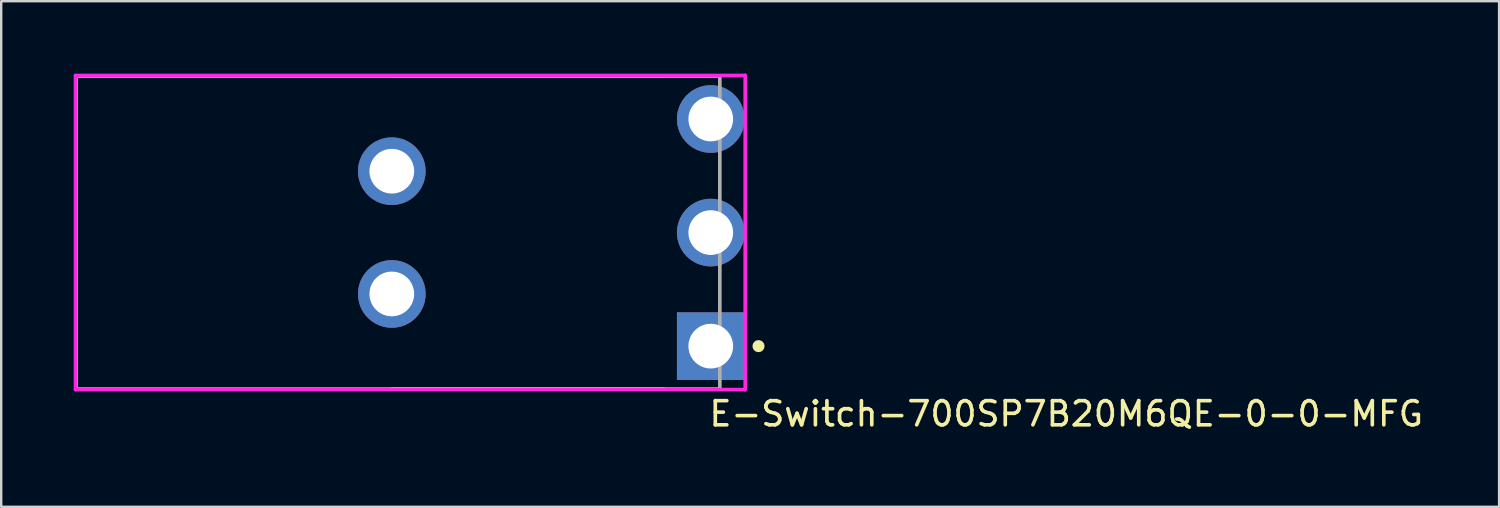
<source format=kicad_pcb>
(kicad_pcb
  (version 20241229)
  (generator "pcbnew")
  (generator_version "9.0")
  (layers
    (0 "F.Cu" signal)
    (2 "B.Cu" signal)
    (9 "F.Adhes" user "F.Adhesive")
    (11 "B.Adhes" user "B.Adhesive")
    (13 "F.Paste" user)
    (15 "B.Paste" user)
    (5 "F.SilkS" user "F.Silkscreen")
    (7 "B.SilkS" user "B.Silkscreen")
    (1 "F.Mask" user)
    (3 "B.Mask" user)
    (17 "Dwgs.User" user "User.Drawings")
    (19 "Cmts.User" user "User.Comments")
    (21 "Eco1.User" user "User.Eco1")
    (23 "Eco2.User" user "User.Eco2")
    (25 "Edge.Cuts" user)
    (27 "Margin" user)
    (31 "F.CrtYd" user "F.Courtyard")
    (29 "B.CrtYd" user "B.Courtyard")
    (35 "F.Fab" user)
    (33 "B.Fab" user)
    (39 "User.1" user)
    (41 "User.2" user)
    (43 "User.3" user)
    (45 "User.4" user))
  (footprint "E-Switch-700SP7B20M6QE-0-0-MFG"
    (layer "F.Cu")
    (at 13.42 6.575)
    (property "Reference" "E-Switch-700SP7B20M6QE-0-0-MFG" (at 12.796 7.501 180) (layer "F.SilkS") (effects (font (size 1 1) (thickness 0.15)) (justify left)))
    (attr through_hole)
    (fp_line (start -0.255 6.475) (end 11 6.475) (stroke (width 0.15) (type solid)) (layer "F.SilkS"))
    (fp_line (start -0.255 -6.475) (end 11 -6.475) (stroke (width 0.15) (type solid)) (layer "F.SilkS"))
    (fp_circle (center 14.921 4.7) (end 15.046 4.7) (stroke (width 0.25) (type solid)) (fill no) (layer "F.SilkS"))
    (fp_line (start -13.345 -6.5) (end -13.345 6.5) (stroke (width 0.15) (type solid)) (layer "F.CrtYd"))
    (fp_line (start -13.345 6.5) (end 14.37 6.5) (stroke (width 0.15) (type solid)) (layer "F.CrtYd"))
    (fp_line (start 14.37 -6.5) (end -13.345 -6.5) (stroke (width 0.15) (type solid)) (layer "F.CrtYd"))
    (fp_line (start 14.37 -6.5) (end 14.37 -6.5) (stroke (width 0.15) (type solid)) (layer "F.CrtYd"))
    (fp_line (start 14.37 6.5) (end 14.37 -6.5) (stroke (width 0.15) (type solid)) (layer "F.CrtYd"))
    (fp_line (start -13.32 -6.475) (end 13.32 -6.475) (stroke (width 0.152) (type solid)) (layer "F.Fab"))
    (fp_line (start -13.32 6.475) (end -13.32 -6.475) (stroke (width 0.152) (type solid)) (layer "F.Fab"))
    (fp_line (start 13.32 -6.475) (end 13.32 6.475) (stroke (width 0.152) (type solid)) (layer "F.Fab"))
    (fp_line (start 13.32 6.475) (end -13.32 6.475) (stroke (width 0.152) (type solid)) (layer "F.Fab"))
    (pad "1" thru_hole rect (at 12.945 4.7) (size 2.8 2.8) (drill 1.85) (layers "*.Cu"))
    (pad "2" thru_hole circle (at 12.945 0) (size 2.8 2.8) (drill 1.85) (layers "*.Cu"))
    (pad "3" thru_hole circle (at 12.945 -4.7) (size 2.8 2.8) (drill 1.85) (layers "*.Cu"))
    (pad "4" thru_hole circle (at -0.255 -2.54) (size 2.8 2.8) (drill 1.85) (layers "*.Cu"))
    (pad "5" thru_hole circle (at -0.255 2.54) (size 2.8 2.8) (drill 1.85) (layers "*.Cu")))
  (gr_rect
    (start -3 -3)
    (end 58.99 17.924)
    (stroke (width 0.1) (type default))
    (fill no)
    (layer "Edge.Cuts")))
</source>
